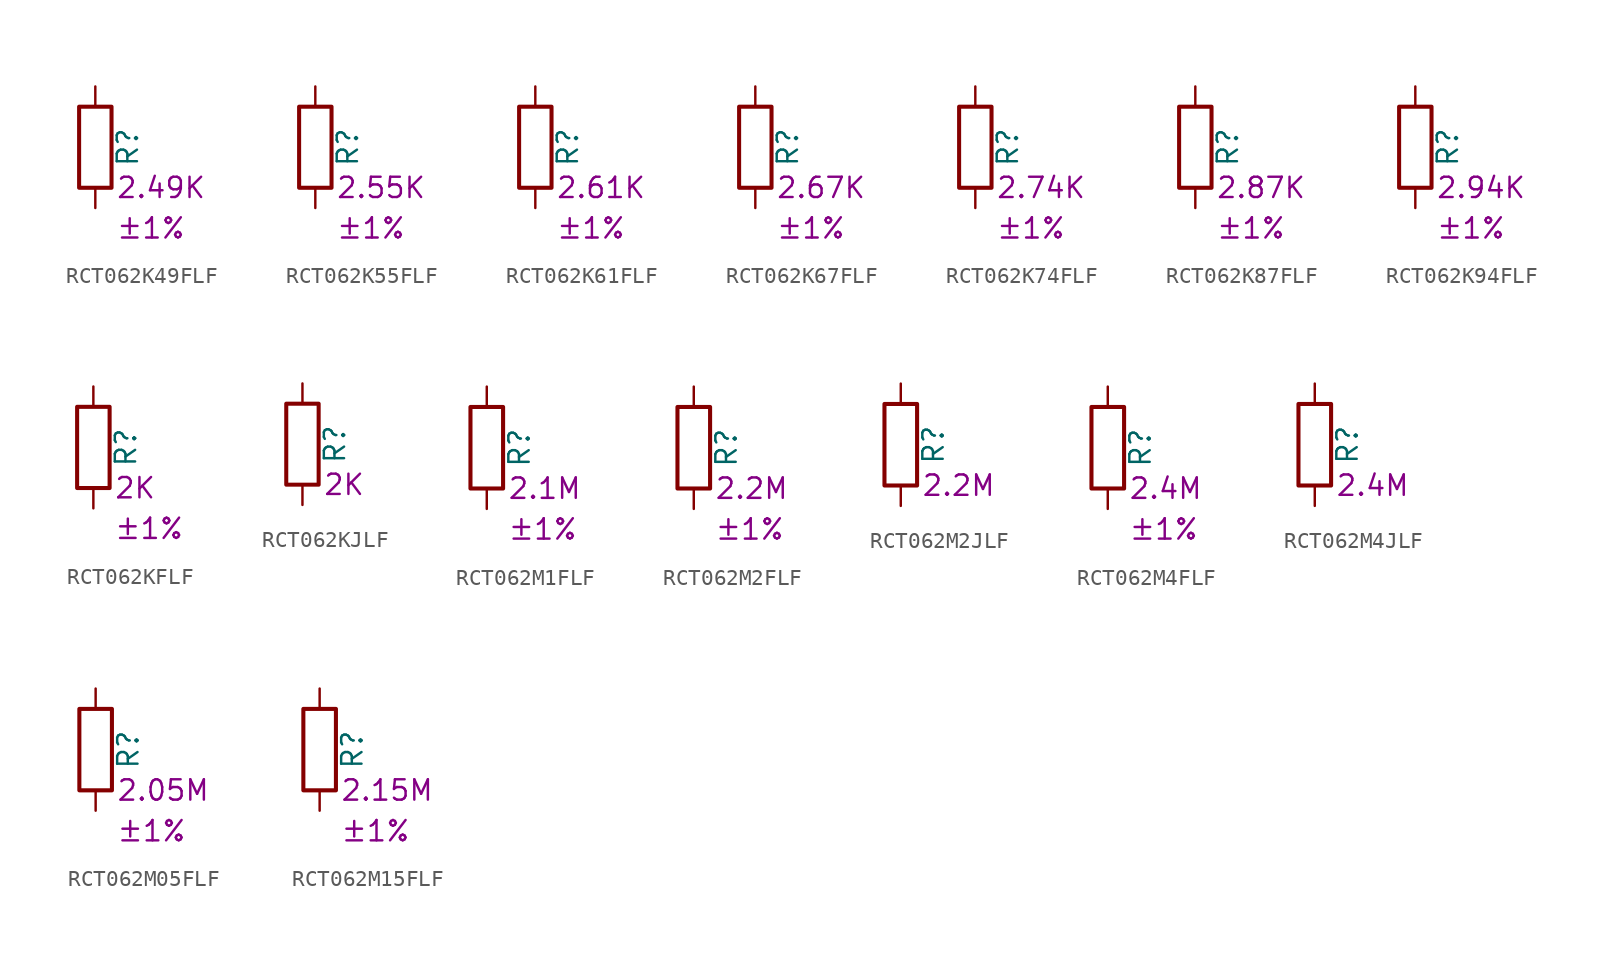
<source format=kicad_sym>
(kicad_symbol_lib
  (version 20220914)
  (generator kicad_symbol_editor)
  (symbol "RCT062K49FLF"
    (pin_numbers hide)
    (pin_names
      (offset 0))
    (property "Reference" "R"
      (at 2.032 0 90)
      (effects (font (size 1.27 1.27))))
    (property "Resistance" "2.49K"
      (at 1.27 -2.54 0)
      (effects (font (size 1.27 1.27)) (justify left)))
    (property "Tolerance" "±1%"
      (at 1.27 -5.08 0)
      (effects (font (size 1.27 1.27)) (justify left)))
    (symbol "RCT062K49FLF_0_1"
      (rectangle (start -1.016 -2.54) (end 1.016 2.54) (stroke (width 0.254) (type default)) (fill (type none))))
    (symbol "RCT062K49FLF_1_1"
      (pin passive line (at 0 3.81 270) (length 1.27) (name "~" (effects (font (size 1.27 1.27)))) (number "1" (effects (font (size 1.27 1.27)))))
      (pin passive line (at 0 -3.81 90) (length 1.27) (name "~" (effects (font (size 1.27 1.27)))) (number "2" (effects (font (size 1.27 1.27)))))))
  (symbol "RCT062K55FLF"
    (pin_numbers hide)
    (pin_names
      (offset 0))
    (property "Reference" "R"
      (at 2.032 0 90)
      (effects (font (size 1.27 1.27))))
    (property "Resistance" "2.55K"
      (at 1.27 -2.54 0)
      (effects (font (size 1.27 1.27)) (justify left)))
    (property "Tolerance" "±1%"
      (at 1.27 -5.08 0)
      (effects (font (size 1.27 1.27)) (justify left)))
    (symbol "RCT062K55FLF_0_1"
      (rectangle (start -1.016 -2.54) (end 1.016 2.54) (stroke (width 0.254) (type default)) (fill (type none))))
    (symbol "RCT062K55FLF_1_1"
      (pin passive line (at 0 3.81 270) (length 1.27) (name "~" (effects (font (size 1.27 1.27)))) (number "1" (effects (font (size 1.27 1.27)))))
      (pin passive line (at 0 -3.81 90) (length 1.27) (name "~" (effects (font (size 1.27 1.27)))) (number "2" (effects (font (size 1.27 1.27)))))))
  (symbol "RCT062K61FLF"
    (pin_numbers hide)
    (pin_names
      (offset 0))
    (property "Reference" "R"
      (at 2.032 0 90)
      (effects (font (size 1.27 1.27))))
    (property "Resistance" "2.61K"
      (at 1.27 -2.54 0)
      (effects (font (size 1.27 1.27)) (justify left)))
    (property "Tolerance" "±1%"
      (at 1.27 -5.08 0)
      (effects (font (size 1.27 1.27)) (justify left)))
    (symbol "RCT062K61FLF_0_1"
      (rectangle (start -1.016 -2.54) (end 1.016 2.54) (stroke (width 0.254) (type default)) (fill (type none))))
    (symbol "RCT062K61FLF_1_1"
      (pin passive line (at 0 3.81 270) (length 1.27) (name "~" (effects (font (size 1.27 1.27)))) (number "1" (effects (font (size 1.27 1.27)))))
      (pin passive line (at 0 -3.81 90) (length 1.27) (name "~" (effects (font (size 1.27 1.27)))) (number "2" (effects (font (size 1.27 1.27)))))))
  (symbol "RCT062K67FLF"
    (pin_numbers hide)
    (pin_names
      (offset 0))
    (property "Reference" "R"
      (at 2.032 0 90)
      (effects (font (size 1.27 1.27))))
    (property "Resistance" "2.67K"
      (at 1.27 -2.54 0)
      (effects (font (size 1.27 1.27)) (justify left)))
    (property "Tolerance" "±1%"
      (at 1.27 -5.08 0)
      (effects (font (size 1.27 1.27)) (justify left)))
    (symbol "RCT062K67FLF_0_1"
      (rectangle (start -1.016 -2.54) (end 1.016 2.54) (stroke (width 0.254) (type default)) (fill (type none))))
    (symbol "RCT062K67FLF_1_1"
      (pin passive line (at 0 3.81 270) (length 1.27) (name "~" (effects (font (size 1.27 1.27)))) (number "1" (effects (font (size 1.27 1.27)))))
      (pin passive line (at 0 -3.81 90) (length 1.27) (name "~" (effects (font (size 1.27 1.27)))) (number "2" (effects (font (size 1.27 1.27)))))))
  (symbol "RCT062K74FLF"
    (pin_numbers hide)
    (pin_names
      (offset 0))
    (property "Reference" "R"
      (at 2.032 0 90)
      (effects (font (size 1.27 1.27))))
    (property "Resistance" "2.74K"
      (at 1.27 -2.54 0)
      (effects (font (size 1.27 1.27)) (justify left)))
    (property "Tolerance" "±1%"
      (at 1.27 -5.08 0)
      (effects (font (size 1.27 1.27)) (justify left)))
    (symbol "RCT062K74FLF_0_1"
      (rectangle (start -1.016 -2.54) (end 1.016 2.54) (stroke (width 0.254) (type default)) (fill (type none))))
    (symbol "RCT062K74FLF_1_1"
      (pin passive line (at 0 3.81 270) (length 1.27) (name "~" (effects (font (size 1.27 1.27)))) (number "1" (effects (font (size 1.27 1.27)))))
      (pin passive line (at 0 -3.81 90) (length 1.27) (name "~" (effects (font (size 1.27 1.27)))) (number "2" (effects (font (size 1.27 1.27)))))))
  (symbol "RCT062K87FLF"
    (pin_numbers hide)
    (pin_names
      (offset 0))
    (property "Reference" "R"
      (at 2.032 0 90)
      (effects (font (size 1.27 1.27))))
    (property "Resistance" "2.87K"
      (at 1.27 -2.54 0)
      (effects (font (size 1.27 1.27)) (justify left)))
    (property "Tolerance" "±1%"
      (at 1.27 -5.08 0)
      (effects (font (size 1.27 1.27)) (justify left)))
    (symbol "RCT062K87FLF_0_1"
      (rectangle (start -1.016 -2.54) (end 1.016 2.54) (stroke (width 0.254) (type default)) (fill (type none))))
    (symbol "RCT062K87FLF_1_1"
      (pin passive line (at 0 3.81 270) (length 1.27) (name "~" (effects (font (size 1.27 1.27)))) (number "1" (effects (font (size 1.27 1.27)))))
      (pin passive line (at 0 -3.81 90) (length 1.27) (name "~" (effects (font (size 1.27 1.27)))) (number "2" (effects (font (size 1.27 1.27)))))))
  (symbol "RCT062K94FLF"
    (pin_numbers hide)
    (pin_names
      (offset 0))
    (property "Reference" "R"
      (at 2.032 0 90)
      (effects (font (size 1.27 1.27))))
    (property "Resistance" "2.94K"
      (at 1.27 -2.54 0)
      (effects (font (size 1.27 1.27)) (justify left)))
    (property "Tolerance" "±1%"
      (at 1.27 -5.08 0)
      (effects (font (size 1.27 1.27)) (justify left)))
    (symbol "RCT062K94FLF_0_1"
      (rectangle (start -1.016 -2.54) (end 1.016 2.54) (stroke (width 0.254) (type default)) (fill (type none))))
    (symbol "RCT062K94FLF_1_1"
      (pin passive line (at 0 3.81 270) (length 1.27) (name "~" (effects (font (size 1.27 1.27)))) (number "1" (effects (font (size 1.27 1.27)))))
      (pin passive line (at 0 -3.81 90) (length 1.27) (name "~" (effects (font (size 1.27 1.27)))) (number "2" (effects (font (size 1.27 1.27)))))))
  (symbol "RCT062KFLF"
    (pin_numbers hide)
    (pin_names
      (offset 0))
    (property "Reference" "R"
      (at 2.032 0 90)
      (effects (font (size 1.27 1.27))))
    (property "Resistance" "2K"
      (at 1.27 -2.54 0)
      (effects (font (size 1.27 1.27)) (justify left)))
    (property "Tolerance" "±1%"
      (at 1.27 -5.08 0)
      (effects (font (size 1.27 1.27)) (justify left)))
    (symbol "RCT062KFLF_0_1"
      (rectangle (start -1.016 -2.54) (end 1.016 2.54) (stroke (width 0.254) (type default)) (fill (type none))))
    (symbol "RCT062KFLF_1_1"
      (pin passive line (at 0 3.81 270) (length 1.27) (name "~" (effects (font (size 1.27 1.27)))) (number "1" (effects (font (size 1.27 1.27)))))
      (pin passive line (at 0 -3.81 90) (length 1.27) (name "~" (effects (font (size 1.27 1.27)))) (number "2" (effects (font (size 1.27 1.27)))))))
  (symbol "RCT062KJLF"
    (pin_numbers hide)
    (pin_names
      (offset 0))
    (property "Reference" "R"
      (at 2.032 0 90)
      (effects (font (size 1.27 1.27))))
    (property "Resistance" "2K"
      (at 1.27 -2.54 0)
      (effects (font (size 1.27 1.27)) (justify left)))
    (symbol "RCT062KJLF_0_1"
      (rectangle (start -1.016 -2.54) (end 1.016 2.54) (stroke (width 0.254) (type default)) (fill (type none))))
    (symbol "RCT062KJLF_1_1"
      (pin passive line (at 0 3.81 270) (length 1.27) (name "~" (effects (font (size 1.27 1.27)))) (number "1" (effects (font (size 1.27 1.27)))))
      (pin passive line (at 0 -3.81 90) (length 1.27) (name "~" (effects (font (size 1.27 1.27)))) (number "2" (effects (font (size 1.27 1.27)))))))
  (symbol "RCT062M1FLF"
    (pin_numbers hide)
    (pin_names
      (offset 0))
    (property "Reference" "R"
      (at 2.032 0 90)
      (effects (font (size 1.27 1.27))))
    (property "Resistance" "2.1M"
      (at 1.27 -2.54 0)
      (effects (font (size 1.27 1.27)) (justify left)))
    (property "Tolerance" "±1%"
      (at 1.27 -5.08 0)
      (effects (font (size 1.27 1.27)) (justify left)))
    (symbol "RCT062M1FLF_0_1"
      (rectangle (start -1.016 -2.54) (end 1.016 2.54) (stroke (width 0.254) (type default)) (fill (type none))))
    (symbol "RCT062M1FLF_1_1"
      (pin passive line (at 0 3.81 270) (length 1.27) (name "~" (effects (font (size 1.27 1.27)))) (number "1" (effects (font (size 1.27 1.27)))))
      (pin passive line (at 0 -3.81 90) (length 1.27) (name "~" (effects (font (size 1.27 1.27)))) (number "2" (effects (font (size 1.27 1.27)))))))
  (symbol "RCT062M2FLF"
    (pin_numbers hide)
    (pin_names
      (offset 0))
    (property "Reference" "R"
      (at 2.032 0 90)
      (effects (font (size 1.27 1.27))))
    (property "Resistance" "2.2M"
      (at 1.27 -2.54 0)
      (effects (font (size 1.27 1.27)) (justify left)))
    (property "Tolerance" "±1%"
      (at 1.27 -5.08 0)
      (effects (font (size 1.27 1.27)) (justify left)))
    (symbol "RCT062M2FLF_0_1"
      (rectangle (start -1.016 -2.54) (end 1.016 2.54) (stroke (width 0.254) (type default)) (fill (type none))))
    (symbol "RCT062M2FLF_1_1"
      (pin passive line (at 0 3.81 270) (length 1.27) (name "~" (effects (font (size 1.27 1.27)))) (number "1" (effects (font (size 1.27 1.27)))))
      (pin passive line (at 0 -3.81 90) (length 1.27) (name "~" (effects (font (size 1.27 1.27)))) (number "2" (effects (font (size 1.27 1.27)))))))
  (symbol "RCT062M2JLF"
    (pin_numbers hide)
    (pin_names
      (offset 0))
    (property "Reference" "R"
      (at 2.032 0 90)
      (effects (font (size 1.27 1.27))))
    (property "Resistance" "2.2M"
      (at 1.27 -2.54 0)
      (effects (font (size 1.27 1.27)) (justify left)))
    (symbol "RCT062M2JLF_0_1"
      (rectangle (start -1.016 -2.54) (end 1.016 2.54) (stroke (width 0.254) (type default)) (fill (type none))))
    (symbol "RCT062M2JLF_1_1"
      (pin passive line (at 0 3.81 270) (length 1.27) (name "~" (effects (font (size 1.27 1.27)))) (number "1" (effects (font (size 1.27 1.27)))))
      (pin passive line (at 0 -3.81 90) (length 1.27) (name "~" (effects (font (size 1.27 1.27)))) (number "2" (effects (font (size 1.27 1.27)))))))
  (symbol "RCT062M4FLF"
    (pin_numbers hide)
    (pin_names
      (offset 0))
    (property "Reference" "R"
      (at 2.032 0 90)
      (effects (font (size 1.27 1.27))))
    (property "Resistance" "2.4M"
      (at 1.27 -2.54 0)
      (effects (font (size 1.27 1.27)) (justify left)))
    (property "Tolerance" "±1%"
      (at 1.27 -5.08 0)
      (effects (font (size 1.27 1.27)) (justify left)))
    (symbol "RCT062M4FLF_0_1"
      (rectangle (start -1.016 -2.54) (end 1.016 2.54) (stroke (width 0.254) (type default)) (fill (type none))))
    (symbol "RCT062M4FLF_1_1"
      (pin passive line (at 0 3.81 270) (length 1.27) (name "~" (effects (font (size 1.27 1.27)))) (number "1" (effects (font (size 1.27 1.27)))))
      (pin passive line (at 0 -3.81 90) (length 1.27) (name "~" (effects (font (size 1.27 1.27)))) (number "2" (effects (font (size 1.27 1.27)))))))
  (symbol "RCT062M4JLF"
    (pin_numbers hide)
    (pin_names
      (offset 0))
    (property "Reference" "R"
      (at 2.032 0 90)
      (effects (font (size 1.27 1.27))))
    (property "Resistance" "2.4M"
      (at 1.27 -2.54 0)
      (effects (font (size 1.27 1.27)) (justify left)))
    (symbol "RCT062M4JLF_0_1"
      (rectangle (start -1.016 -2.54) (end 1.016 2.54) (stroke (width 0.254) (type default)) (fill (type none))))
    (symbol "RCT062M4JLF_1_1"
      (pin passive line (at 0 3.81 270) (length 1.27) (name "~" (effects (font (size 1.27 1.27)))) (number "1" (effects (font (size 1.27 1.27)))))
      (pin passive line (at 0 -3.81 90) (length 1.27) (name "~" (effects (font (size 1.27 1.27)))) (number "2" (effects (font (size 1.27 1.27)))))))
  (symbol "RCT062M05FLF"
    (pin_numbers hide)
    (pin_names
      (offset 0))
    (property "Reference" "R"
      (at 2.032 0 90)
      (effects (font (size 1.27 1.27))))
    (property "Resistance" "2.05M"
      (at 1.27 -2.54 0)
      (effects (font (size 1.27 1.27)) (justify left)))
    (property "Tolerance" "±1%"
      (at 1.27 -5.08 0)
      (effects (font (size 1.27 1.27)) (justify left)))
    (symbol "RCT062M05FLF_0_1"
      (rectangle (start -1.016 -2.54) (end 1.016 2.54) (stroke (width 0.254) (type default)) (fill (type none))))
    (symbol "RCT062M05FLF_1_1"
      (pin passive line (at 0 3.81 270) (length 1.27) (name "~" (effects (font (size 1.27 1.27)))) (number "1" (effects (font (size 1.27 1.27)))))
      (pin passive line (at 0 -3.81 90) (length 1.27) (name "~" (effects (font (size 1.27 1.27)))) (number "2" (effects (font (size 1.27 1.27)))))))
  (symbol "RCT062M15FLF"
    (pin_numbers hide)
    (pin_names
      (offset 0))
    (property "Reference" "R"
      (at 2.032 0 90)
      (effects (font (size 1.27 1.27))))
    (property "Resistance" "2.15M"
      (at 1.27 -2.54 0)
      (effects (font (size 1.27 1.27)) (justify left)))
    (property "Tolerance" "±1%"
      (at 1.27 -5.08 0)
      (effects (font (size 1.27 1.27)) (justify left)))
    (symbol "RCT062M15FLF_0_1"
      (rectangle (start -1.016 -2.54) (end 1.016 2.54) (stroke (width 0.254) (type default)) (fill (type none))))
    (symbol "RCT062M15FLF_1_1"
      (pin passive line (at 0 3.81 270) (length 1.27) (name "~" (effects (font (size 1.27 1.27)))) (number "1" (effects (font (size 1.27 1.27)))))
      (pin passive line (at 0 -3.81 90) (length 1.27) (name "~" (effects (font (size 1.27 1.27)))) (number "2" (effects (font (size 1.27 1.27))))))))
</source>
